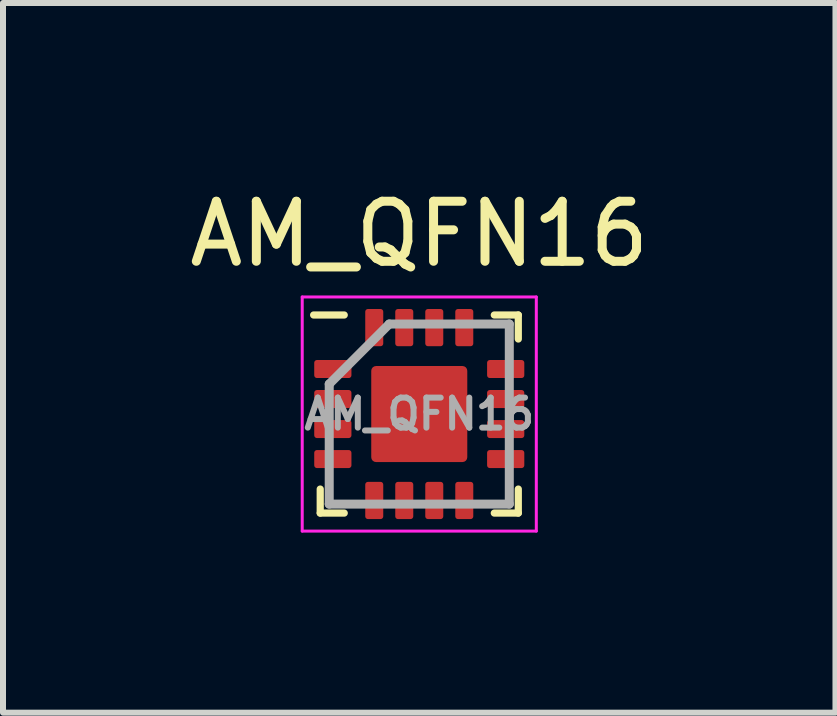
<source format=kicad_pcb>
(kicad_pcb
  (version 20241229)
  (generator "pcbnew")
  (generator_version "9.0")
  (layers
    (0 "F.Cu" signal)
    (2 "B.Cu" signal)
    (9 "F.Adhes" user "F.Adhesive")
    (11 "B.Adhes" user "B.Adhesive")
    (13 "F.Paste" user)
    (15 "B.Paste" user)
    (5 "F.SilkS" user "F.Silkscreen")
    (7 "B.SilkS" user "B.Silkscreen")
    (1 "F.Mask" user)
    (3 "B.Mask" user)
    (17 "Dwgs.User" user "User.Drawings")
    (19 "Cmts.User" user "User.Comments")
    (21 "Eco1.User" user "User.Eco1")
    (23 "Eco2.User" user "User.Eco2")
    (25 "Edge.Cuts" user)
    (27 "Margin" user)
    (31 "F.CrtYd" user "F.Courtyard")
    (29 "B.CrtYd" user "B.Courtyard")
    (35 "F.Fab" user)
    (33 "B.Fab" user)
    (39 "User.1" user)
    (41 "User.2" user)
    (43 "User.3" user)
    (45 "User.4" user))
  (footprint "AM_QFN16"
    (layer "F.Cu")
    (at 3.935 3.848)
    (property "Reference" "AM_QFN16" (at 0 -3 0) (layer "F.SilkS") (effects (font (size 1 1) (thickness 0.15))))
    (attr smd)
    (fp_line (start -1.65 1.65) (end -1.65 1.25) (stroke (width 0.12) (type solid)) (layer "F.SilkS"))
    (fp_line (start -1.25 -1.65) (end -1.76 -1.65) (stroke (width 0.12) (type solid)) (layer "F.SilkS"))
    (fp_line (start -1.25 1.65) (end -1.65 1.65) (stroke (width 0.12) (type solid)) (layer "F.SilkS"))
    (fp_line (start 1.25 -1.65) (end 1.65 -1.65) (stroke (width 0.12) (type solid)) (layer "F.SilkS"))
    (fp_line (start 1.25 1.65) (end 1.65 1.65) (stroke (width 0.12) (type solid)) (layer "F.SilkS"))
    (fp_line (start 1.65 -1.65) (end 1.65 -1.25) (stroke (width 0.12) (type solid)) (layer "F.SilkS"))
    (fp_line (start 1.65 1.65) (end 1.65 1.25) (stroke (width 0.12) (type solid)) (layer "F.SilkS"))
    (fp_poly (pts (xy -1.65 -0.8) (xy -1.275 -0.8) (xy -1.275 -0.7) (xy -1.65 -0.7)) (stroke (width 0.1) (type solid)) (fill yes) (layer "F.Paste"))
    (fp_poly (pts (xy -1.65 -0.3) (xy -1.275 -0.3) (xy -1.275 -0.2) (xy -1.65 -0.2)) (stroke (width 0.1) (type solid)) (fill yes) (layer "F.Paste"))
    (fp_poly (pts (xy -1.65 0.2) (xy -1.275 0.2) (xy -1.275 0.3) (xy -1.65 0.3)) (stroke (width 0.1) (type solid)) (fill yes) (layer "F.Paste"))
    (fp_poly (pts (xy -1.65 0.7) (xy -1.275 0.7) (xy -1.275 0.8) (xy -1.65 0.8)) (stroke (width 0.1) (type solid)) (fill yes) (layer "F.Paste"))
    (fp_poly (pts (xy -0.7 -1.65) (xy -0.7 -1.275) (xy -0.8 -1.275) (xy -0.8 -1.65)) (stroke (width 0.1) (type solid)) (fill yes) (layer "F.Paste"))
    (fp_poly (pts (xy -0.7 1.275) (xy -0.7 1.65) (xy -0.8 1.65) (xy -0.8 1.275)) (stroke (width 0.1) (type solid)) (fill yes) (layer "F.Paste"))
    (fp_poly (pts (xy -0.2 -1.65) (xy -0.2 -1.275) (xy -0.3 -1.275) (xy -0.3 -1.65)) (stroke (width 0.1) (type solid)) (fill yes) (layer "F.Paste"))
    (fp_poly (pts (xy -0.2 -0.2) (xy -0.6 -0.2) (xy -0.6 -0.6) (xy -0.2 -0.6)) (stroke (width 0.12) (type solid)) (fill yes) (layer "F.Paste"))
    (fp_poly (pts (xy -0.2 0.6) (xy -0.6 0.6) (xy -0.6 0.2) (xy -0.2 0.2)) (stroke (width 0.12) (type solid)) (fill yes) (layer "F.Paste"))
    (fp_poly (pts (xy -0.2 1.275) (xy -0.2 1.65) (xy -0.3 1.65) (xy -0.3 1.275)) (stroke (width 0.1) (type solid)) (fill yes) (layer "F.Paste"))
    (fp_poly (pts (xy 0.3 -1.65) (xy 0.3 -1.275) (xy 0.2 -1.275) (xy 0.2 -1.65)) (stroke (width 0.1) (type solid)) (fill yes) (layer "F.Paste"))
    (fp_poly (pts (xy 0.3 1.275) (xy 0.3 1.65) (xy 0.2 1.65) (xy 0.2 1.275)) (stroke (width 0.1) (type solid)) (fill yes) (layer "F.Paste"))
    (fp_poly (pts (xy 0.6 -0.2) (xy 0.2 -0.2) (xy 0.2 -0.6) (xy 0.6 -0.6)) (stroke (width 0.12) (type solid)) (fill yes) (layer "F.Paste"))
    (fp_poly (pts (xy 0.6 0.6) (xy 0.2 0.6) (xy 0.2 0.2) (xy 0.6 0.2)) (stroke (width 0.12) (type solid)) (fill yes) (layer "F.Paste"))
    (fp_poly (pts (xy 0.8 -1.65) (xy 0.8 -1.275) (xy 0.7 -1.275) (xy 0.7 -1.65)) (stroke (width 0.1) (type solid)) (fill yes) (layer "F.Paste"))
    (fp_poly (pts (xy 0.8 1.275) (xy 0.8 1.65) (xy 0.7 1.65) (xy 0.7 1.275)) (stroke (width 0.1) (type solid)) (fill yes) (layer "F.Paste"))
    (fp_poly (pts (xy 1.275 -0.3) (xy 1.65 -0.3) (xy 1.65 -0.2) (xy 1.275 -0.2)) (stroke (width 0.1) (type solid)) (fill yes) (layer "F.Paste"))
    (fp_poly (pts (xy 1.275 0.7) (xy 1.65 0.7) (xy 1.65 0.8) (xy 1.275 0.8)) (stroke (width 0.1) (type solid)) (fill yes) (layer "F.Paste"))
    (fp_poly (pts (xy 1.65 -0.7) (xy 1.275 -0.7) (xy 1.275 -0.8) (xy 1.65 -0.8)) (stroke (width 0.1) (type solid)) (fill yes) (layer "F.Paste"))
    (fp_poly (pts (xy 1.65 0.3) (xy 1.275 0.3) (xy 1.275 0.2) (xy 1.65 0.2)) (stroke (width 0.1) (type solid)) (fill yes) (layer "F.Paste"))
    (fp_line (start -1.95 -1.95) (end 1.95 -1.95) (stroke (width 0.05) (type solid)) (layer "F.CrtYd"))
    (fp_line (start -1.95 1.95) (end -1.95 -1.95) (stroke (width 0.05) (type solid)) (layer "F.CrtYd"))
    (fp_line (start 1.95 -1.95) (end 1.95 1.95) (stroke (width 0.05) (type solid)) (layer "F.CrtYd"))
    (fp_line (start 1.95 1.95) (end -1.95 1.95) (stroke (width 0.05) (type solid)) (layer "F.CrtYd"))
    (fp_line (start -1.5 -0.5) (end -1.5 1.5) (stroke (width 0.15) (type solid)) (layer "F.Fab"))
    (fp_line (start -1.5 1.5) (end 1.5 1.5) (stroke (width 0.15) (type solid)) (layer "F.Fab"))
    (fp_line (start -0.5 -1.5) (end -1.5 -0.5) (stroke (width 0.15) (type solid)) (layer "F.Fab"))
    (fp_line (start 1.5 -1.5) (end -0.5 -1.5) (stroke (width 0.15) (type solid)) (layer "F.Fab"))
    (fp_line (start 1.5 1.5) (end 1.5 -1.5) (stroke (width 0.15) (type solid)) (layer "F.Fab"))
    (fp_text user "${REFERENCE}" (at 0 0 0) (layer "F.Fab") (effects (font (size 0.5 0.5) (thickness 0.1))))
    (pad "1" smd roundrect (at -1.44 -0.75 90) (size 0.3 0.62) (layers "F.Cu" "F.Mask") (roundrect_rratio 0.15))
    (pad "2" smd roundrect (at -1.44 -0.25 90) (size 0.3 0.62) (layers "F.Cu" "F.Mask") (roundrect_rratio 0.15))
    (pad "3" smd roundrect (at -1.44 0.25 90) (size 0.3 0.62) (layers "F.Cu" "F.Mask") (roundrect_rratio 0.15))
    (pad "4" smd roundrect (at -1.44 0.75 90) (size 0.3 0.62) (layers "F.Cu" "F.Mask") (roundrect_rratio 0.15))
    (pad "5" smd roundrect (at -0.75 1.44) (size 0.3 0.62) (layers "F.Cu" "F.Mask") (roundrect_rratio 0.15))
    (pad "6" smd roundrect (at -0.25 1.44) (size 0.3 0.62) (layers "F.Cu" "F.Mask") (roundrect_rratio 0.15))
    (pad "7" smd roundrect (at 0.25 1.44) (size 0.3 0.62) (layers "F.Cu" "F.Mask") (roundrect_rratio 0.15))
    (pad "8" smd roundrect (at 0.75 1.44) (size 0.3 0.62) (layers "F.Cu" "F.Mask") (roundrect_rratio 0.15))
    (pad "9" smd roundrect (at 1.44 0.75 90) (size 0.3 0.62) (layers "F.Cu" "F.Mask") (roundrect_rratio 0.15))
    (pad "10" smd roundrect (at 1.44 0.25 90) (size 0.3 0.62) (layers "F.Cu" "F.Mask") (roundrect_rratio 0.15))
    (pad "11" smd roundrect (at 1.44 -0.25 90) (size 0.3 0.62) (layers "F.Cu" "F.Mask") (roundrect_rratio 0.15))
    (pad "12" smd roundrect (at 1.44 -0.75 90) (size 0.3 0.62) (layers "F.Cu" "F.Mask") (roundrect_rratio 0.15))
    (pad "13" smd roundrect (at 0.75 -1.44) (size 0.3 0.62) (layers "F.Cu" "F.Mask") (roundrect_rratio 0.15))
    (pad "14" smd roundrect (at 0.25 -1.44) (size 0.3 0.62) (layers "F.Cu" "F.Mask") (roundrect_rratio 0.15))
    (pad "15" smd roundrect (at -0.25 -1.44) (size 0.3 0.62) (layers "F.Cu" "F.Mask") (roundrect_rratio 0.15))
    (pad "16" smd roundrect (at -0.75 -1.44) (size 0.3 0.62) (layers "F.Cu" "F.Mask") (roundrect_rratio 0.15))
    (pad "17" smd roundrect (at 0 0) (size 1.6 1.6) (layers "F.Cu" "F.Mask") (roundrect_rratio 0.05)))
  (gr_rect
    (start -3 -3)
    (end 10.869 8.823)
    (stroke (width 0.1) (type default))
    (fill no)
    (layer "Edge.Cuts")))
</source>
